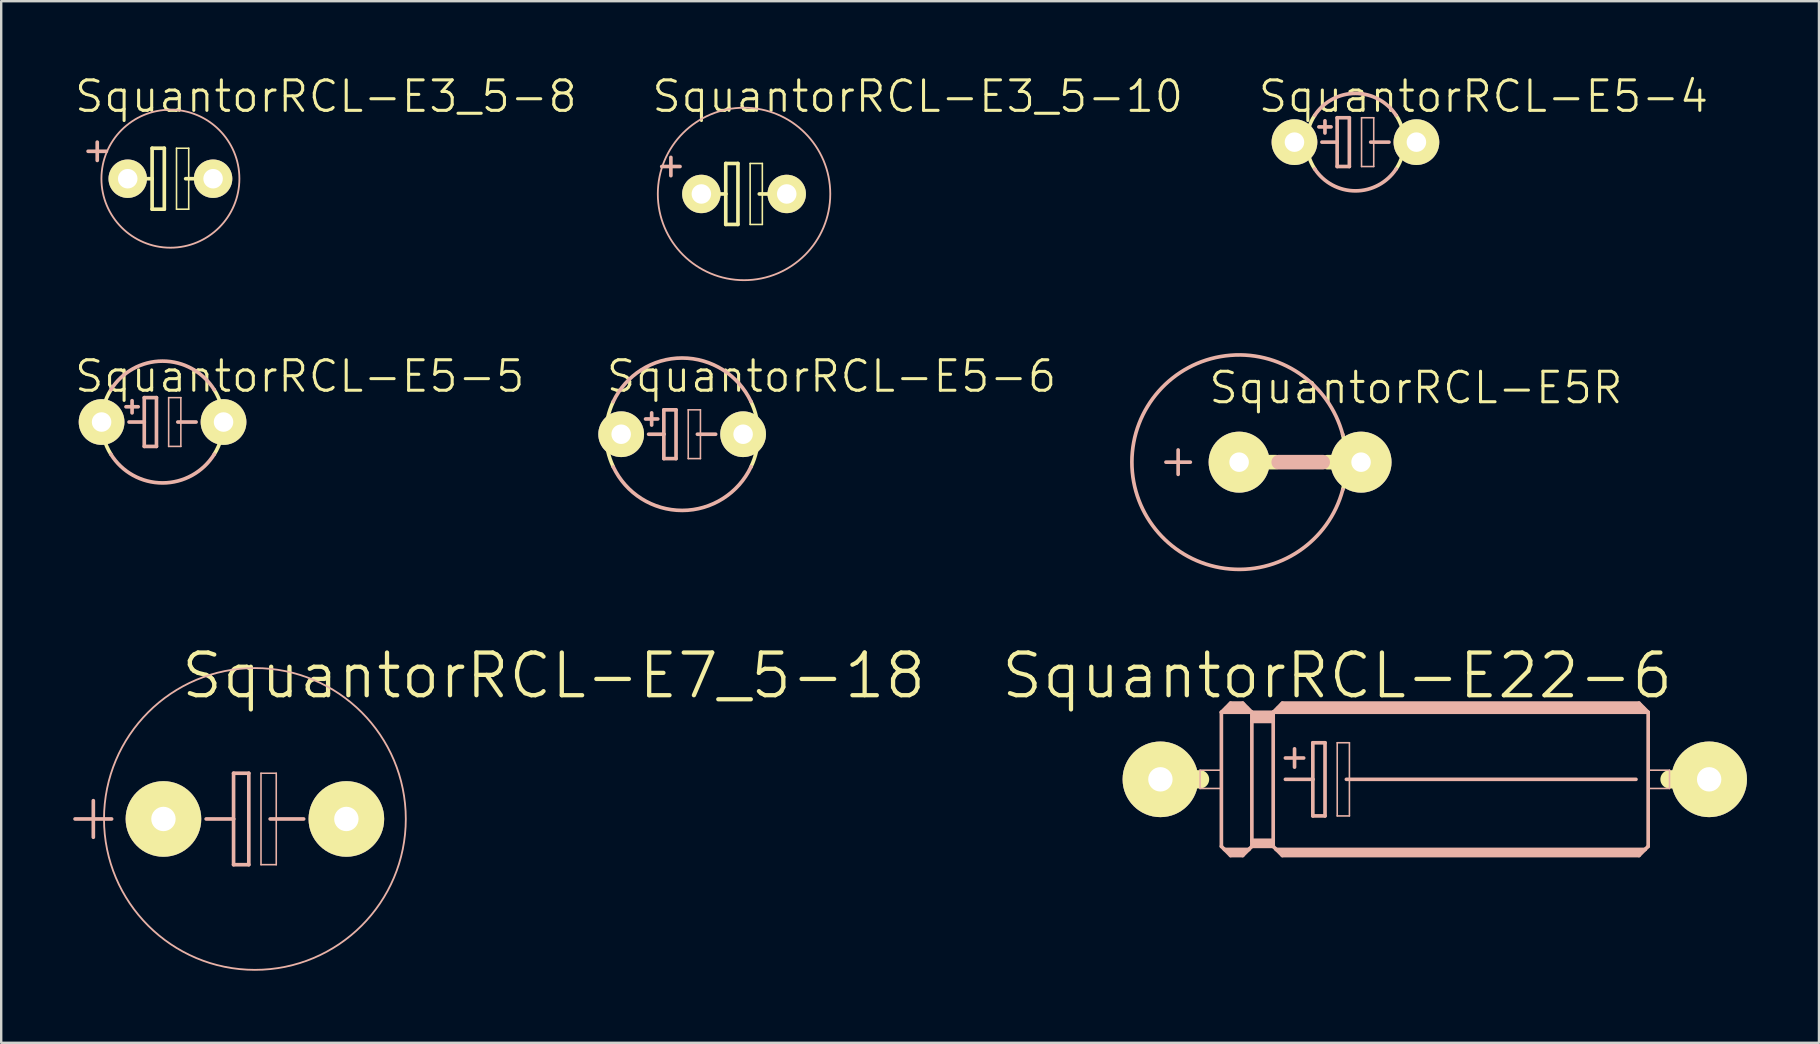
<source format=kicad_pcb>
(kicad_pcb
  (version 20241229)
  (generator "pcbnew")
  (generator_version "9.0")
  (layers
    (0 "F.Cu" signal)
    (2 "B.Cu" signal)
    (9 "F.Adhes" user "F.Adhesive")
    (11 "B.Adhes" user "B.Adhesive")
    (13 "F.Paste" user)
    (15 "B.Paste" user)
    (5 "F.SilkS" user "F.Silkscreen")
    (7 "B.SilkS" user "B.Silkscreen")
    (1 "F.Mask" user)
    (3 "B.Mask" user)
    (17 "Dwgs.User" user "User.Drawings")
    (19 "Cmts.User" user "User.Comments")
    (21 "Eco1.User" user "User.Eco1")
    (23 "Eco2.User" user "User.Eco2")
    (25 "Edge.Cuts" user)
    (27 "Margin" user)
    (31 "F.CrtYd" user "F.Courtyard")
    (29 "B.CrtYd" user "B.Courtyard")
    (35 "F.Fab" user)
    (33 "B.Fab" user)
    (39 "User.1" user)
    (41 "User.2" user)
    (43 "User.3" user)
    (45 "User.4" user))
  (footprint "SquantorRCL-E5-5"
    (layer "F.Cu")
    (at 3.722 14.531)
    (property "Reference" "SquantorRCL-E5-5" (at 5.715 -1.905 0) (layer "F.SilkS") (effects (font (size 1.27 1.27) (thickness 0.127))))
    (attr exclude_from_pos_files exclude_from_bom)
    (fp_arc (start -2.15392 1.34112) (mid -2.537316 0.000359) (end -2.154299 -1.34051) (stroke (width 0.1524) (type solid)) (layer "F.SilkS"))
    (fp_arc (start 2.15392 -1.34112) (mid 2.537316 -0.000359) (end 2.154299 1.34051) (stroke (width 0.1524) (type solid)) (layer "F.SilkS"))
    (fp_line (start -1.524 -0.635) (end -1.016 -0.635) (stroke (width 0.152) (type solid)) (layer "B.SilkS"))
    (fp_line (start -1.397 0) (end -0.762 0) (stroke (width 0.152) (type solid)) (layer "B.SilkS"))
    (fp_line (start -1.27 -0.381) (end -1.27 -0.889) (stroke (width 0.152) (type solid)) (layer "B.SilkS"))
    (fp_line (start -0.762 -1.016) (end -0.762 0) (stroke (width 0.152) (type solid)) (layer "B.SilkS"))
    (fp_line (start -0.762 0) (end -0.762 1.016) (stroke (width 0.152) (type solid)) (layer "B.SilkS"))
    (fp_line (start -0.762 1.016) (end -0.254 1.016) (stroke (width 0.152) (type solid)) (layer "B.SilkS"))
    (fp_line (start -0.254 -1.016) (end -0.762 -1.016) (stroke (width 0.152) (type solid)) (layer "B.SilkS"))
    (fp_line (start -0.254 1.016) (end -0.254 -1.016) (stroke (width 0.152) (type solid)) (layer "B.SilkS"))
    (fp_line (start 0.254 -1.016) (end 0.762 -1.016) (stroke (width 0.066) (type solid)) (layer "B.SilkS"))
    (fp_line (start 0.254 1.016) (end 0.254 -1.016) (stroke (width 0.066) (type solid)) (layer "B.SilkS"))
    (fp_line (start 0.254 1.016) (end 0.762 1.016) (stroke (width 0.066) (type solid)) (layer "B.SilkS"))
    (fp_line (start 0.635 0) (end 1.397 0) (stroke (width 0.152) (type solid)) (layer "B.SilkS"))
    (fp_line (start 0.762 1.016) (end 0.762 -1.016) (stroke (width 0.066) (type solid)) (layer "B.SilkS"))
    (fp_arc (start -2.15392 -1.34112) (mid -0.001855 -2.537316) (end 2.151957 -1.344268) (stroke (width 0.1524) (type solid)) (layer "B.SilkS"))
    (fp_arc (start 2.15392 1.34112) (mid 0.001855 2.537316) (end -2.151957 1.344268) (stroke (width 0.1524) (type solid)) (layer "B.SilkS"))
    (pad "+" thru_hole circle (at -2.54 0) (size 1.905 1.905) (drill 0.813) (layers "*.Cu" "F.Mask" "F.SilkS" "F.Paste"))
    (pad "-" thru_hole circle (at 2.54 0) (size 1.905 1.905) (drill 0.813) (layers "*.Cu" "F.Mask" "F.SilkS" "F.Paste")))
  (footprint "SquantorRCL-E5R"
    (layer "F.Cu")
    (at 51.11 16.203)
    (property "Reference" "SquantorRCL-E5R" (at 4.826 -3.099 0) (layer "F.SilkS") (effects (font (size 1.27 1.27) (thickness 0.127))))
    (attr exclude_from_pos_files exclude_from_bom)
    (fp_line (start -2.54 0) (end -1.016 0) (stroke (width 0.61) (type solid)) (layer "F.SilkS"))
    (fp_line (start 2.54 0) (end 1.143 0) (stroke (width 0.61) (type solid)) (layer "F.SilkS"))
    (fp_arc (start 1.77292 -1.16078) (mid 1.926377 -0.012757) (end 1.77948 1.136124) (stroke (width 0.1524) (type solid)) (layer "F.SilkS"))
    (fp_line (start -5.588 0) (end -4.572 0) (stroke (width 0.152) (type solid)) (layer "B.SilkS"))
    (fp_line (start -5.08 0.508) (end -5.08 -0.508) (stroke (width 0.152) (type solid)) (layer "B.SilkS"))
    (fp_line (start -0.889 0) (end 0.94 0) (stroke (width 0.61) (type solid)) (layer "B.SilkS"))
    (fp_arc (start 1.778 1.143) (mid -7.006714 -0.005962) (end 1.781036 -1.131468) (stroke (width 0.1524) (type solid)) (layer "B.SilkS"))
    (pad "+" thru_hole circle (at -2.54 0) (size 2.54 2.54) (drill 0.813) (layers "*.Cu" "F.Mask" "F.SilkS" "F.Paste"))
    (pad "-" thru_hole circle (at 2.54 0) (size 2.54 2.54) (drill 0.813) (layers "*.Cu" "F.Mask" "F.SilkS" "F.Paste")))
  (footprint "SquantorRCL-E5-4"
    (layer "F.Cu")
    (at 53.416 2.871)
    (property "Reference" "SquantorRCL-E5-4" (at 5.334 -1.905 0) (layer "F.SilkS") (effects (font (size 1.27 1.27) (thickness 0.127))))
    (attr exclude_from_pos_files exclude_from_bom)
    (fp_arc (start -1.69672 1.11506) (mid -2.030323 0.002209) (end -1.699143 -1.111365) (stroke (width 0.1524) (type solid)) (layer "F.SilkS"))
    (fp_arc (start 1.69672 -1.11506) (mid 2.030323 -0.002209) (end 1.699143 1.111365) (stroke (width 0.1524) (type solid)) (layer "F.SilkS"))
    (fp_line (start -1.524 -0.635) (end -1.016 -0.635) (stroke (width 0.152) (type solid)) (layer "B.SilkS"))
    (fp_line (start -1.397 0) (end -0.762 0) (stroke (width 0.152) (type solid)) (layer "B.SilkS"))
    (fp_line (start -1.27 -0.381) (end -1.27 -0.889) (stroke (width 0.152) (type solid)) (layer "B.SilkS"))
    (fp_line (start -0.762 -1.016) (end -0.762 0) (stroke (width 0.152) (type solid)) (layer "B.SilkS"))
    (fp_line (start -0.762 0) (end -0.762 1.016) (stroke (width 0.152) (type solid)) (layer "B.SilkS"))
    (fp_line (start -0.762 1.016) (end -0.254 1.016) (stroke (width 0.152) (type solid)) (layer "B.SilkS"))
    (fp_line (start -0.254 -1.016) (end -0.762 -1.016) (stroke (width 0.152) (type solid)) (layer "B.SilkS"))
    (fp_line (start -0.254 1.016) (end -0.254 -1.016) (stroke (width 0.152) (type solid)) (layer "B.SilkS"))
    (fp_line (start 0.254 -1.016) (end 0.762 -1.016) (stroke (width 0.066) (type solid)) (layer "B.SilkS"))
    (fp_line (start 0.254 1.016) (end 0.254 -1.016) (stroke (width 0.066) (type solid)) (layer "B.SilkS"))
    (fp_line (start 0.254 1.016) (end 0.762 1.016) (stroke (width 0.066) (type solid)) (layer "B.SilkS"))
    (fp_line (start 0.635 0) (end 1.397 0) (stroke (width 0.152) (type solid)) (layer "B.SilkS"))
    (fp_line (start 0.762 1.016) (end 0.762 -1.016) (stroke (width 0.066) (type solid)) (layer "B.SilkS"))
    (fp_arc (start -1.69672 -1.11506) (mid 0.000437 -2.030324) (end 1.6972 -1.114329) (stroke (width 0.1524) (type solid)) (layer "B.SilkS"))
    (fp_arc (start 1.69672 1.11506) (mid -0.000437 2.030324) (end -1.6972 1.114329) (stroke (width 0.1524) (type solid)) (layer "B.SilkS"))
    (pad "+" thru_hole circle (at -2.54 0) (size 1.905 1.905) (drill 0.813) (layers "*.Cu" "F.Mask" "F.SilkS" "F.Paste"))
    (pad "-" thru_hole circle (at 2.54 0) (size 1.905 1.905) (drill 0.813) (layers "*.Cu" "F.Mask" "F.SilkS" "F.Paste")))
  (footprint "SquantorRCL-E7_5-18"
    (layer "F.Cu")
    (at 7.569 31.067)
    (property "Reference" "SquantorRCL-E7_5-18" (at 12.446 -5.969 0) (layer "F.SilkS") (effects (font (size 1.778 1.778) (thickness 0.178))))
    (attr exclude_from_pos_files exclude_from_bom)
    (fp_line (start -7.493 0) (end -5.969 0) (stroke (width 0.152) (type solid)) (layer "B.SilkS"))
    (fp_line (start -6.731 0.762) (end -6.731 -0.762) (stroke (width 0.152) (type solid)) (layer "B.SilkS"))
    (fp_line (start -0.889 -1.905) (end -0.889 0) (stroke (width 0.152) (type solid)) (layer "B.SilkS"))
    (fp_line (start -0.889 0) (end -2.032 0) (stroke (width 0.152) (type solid)) (layer "B.SilkS"))
    (fp_line (start -0.889 0) (end -0.889 1.905) (stroke (width 0.152) (type solid)) (layer "B.SilkS"))
    (fp_line (start -0.889 1.905) (end -0.254 1.905) (stroke (width 0.152) (type solid)) (layer "B.SilkS"))
    (fp_line (start -0.254 -1.905) (end -0.889 -1.905) (stroke (width 0.152) (type solid)) (layer "B.SilkS"))
    (fp_line (start -0.254 1.905) (end -0.254 -1.905) (stroke (width 0.152) (type solid)) (layer "B.SilkS"))
    (fp_line (start 0.254 -1.905) (end 0.889 -1.905) (stroke (width 0.066) (type solid)) (layer "B.SilkS"))
    (fp_line (start 0.254 1.905) (end 0.254 -1.905) (stroke (width 0.066) (type solid)) (layer "B.SilkS"))
    (fp_line (start 0.254 1.905) (end 0.889 1.905) (stroke (width 0.066) (type solid)) (layer "B.SilkS"))
    (fp_line (start 0.635 0) (end 2.032 0) (stroke (width 0.152) (type solid)) (layer "B.SilkS"))
    (fp_line (start 0.889 1.905) (end 0.889 -1.905) (stroke (width 0.066) (type solid)) (layer "B.SilkS"))
    (fp_circle (center 0 0) (end -4.445 4.445) (stroke (width 0.076) (type solid)) (fill no) (layer "B.SilkS"))
    (pad "+" thru_hole circle (at -3.81 0) (size 3.15 3.15) (drill 1.016) (layers "*.Cu" "F.Mask" "F.SilkS" "F.Paste"))
    (pad "-" thru_hole circle (at 3.81 0) (size 3.15 3.15) (drill 1.016) (layers "*.Cu" "F.Mask" "F.SilkS" "F.Paste")))
  (footprint "SquantorRCL-E5-6"
    (layer "F.Cu")
    (at 25.367 15.039)
    (property "Reference" "SquantorRCL-E5-6" (at 6.223 -2.413 0) (layer "F.SilkS") (effects (font (size 1.27 1.27) (thickness 0.127))))
    (attr exclude_from_pos_files exclude_from_bom)
    (fp_arc (start -2.8702 1.35636) (mid -3.174549 -0.000341) (end -2.869908 -1.356977) (stroke (width 0.1524) (type solid)) (layer "F.SilkS"))
    (fp_arc (start 2.8702 -1.35636) (mid 3.174549 0.000341) (end 2.869908 1.356977) (stroke (width 0.1524) (type solid)) (layer "F.SilkS"))
    (fp_line (start -1.524 -0.635) (end -1.016 -0.635) (stroke (width 0.152) (type solid)) (layer "B.SilkS"))
    (fp_line (start -1.397 0) (end -0.762 0) (stroke (width 0.152) (type solid)) (layer "B.SilkS"))
    (fp_line (start -1.27 -0.381) (end -1.27 -0.889) (stroke (width 0.152) (type solid)) (layer "B.SilkS"))
    (fp_line (start -0.762 -1.016) (end -0.762 0) (stroke (width 0.152) (type solid)) (layer "B.SilkS"))
    (fp_line (start -0.762 0) (end -0.762 1.016) (stroke (width 0.152) (type solid)) (layer "B.SilkS"))
    (fp_line (start -0.762 1.016) (end -0.254 1.016) (stroke (width 0.152) (type solid)) (layer "B.SilkS"))
    (fp_line (start -0.254 -1.016) (end -0.762 -1.016) (stroke (width 0.152) (type solid)) (layer "B.SilkS"))
    (fp_line (start -0.254 1.016) (end -0.254 -1.016) (stroke (width 0.152) (type solid)) (layer "B.SilkS"))
    (fp_line (start 0.254 -1.016) (end 0.762 -1.016) (stroke (width 0.066) (type solid)) (layer "B.SilkS"))
    (fp_line (start 0.254 1.016) (end 0.254 -1.016) (stroke (width 0.066) (type solid)) (layer "B.SilkS"))
    (fp_line (start 0.254 1.016) (end 0.762 1.016) (stroke (width 0.066) (type solid)) (layer "B.SilkS"))
    (fp_line (start 0.635 0) (end 1.397 0) (stroke (width 0.152) (type solid)) (layer "B.SilkS"))
    (fp_line (start 0.762 1.016) (end 0.762 -1.016) (stroke (width 0.066) (type solid)) (layer "B.SilkS"))
    (fp_arc (start -2.8702 -1.35636) (mid -0.003112 -3.174547) (end 2.867536 -1.361984) (stroke (width 0.1524) (type solid)) (layer "B.SilkS"))
    (fp_arc (start 2.8702 1.35636) (mid 0.003112 3.174547) (end -2.867536 1.361984) (stroke (width 0.1524) (type solid)) (layer "B.SilkS"))
    (pad "+" thru_hole circle (at -2.54 0) (size 1.905 1.905) (drill 0.813) (layers "*.Cu" "F.Mask" "F.SilkS" "F.Paste"))
    (pad "-" thru_hole circle (at 2.54 0) (size 1.905 1.905) (drill 0.813) (layers "*.Cu" "F.Mask" "F.SilkS" "F.Paste")))
  (footprint "SquantorRCL-E3_5-8"
    (layer "F.Cu")
    (at 4.049 4.395)
    (property "Reference" "SquantorRCL-E3_5-8" (at 6.477 -3.429 0) (layer "F.SilkS") (effects (font (size 1.27 1.27) (thickness 0.127))))
    (attr exclude_from_pos_files exclude_from_bom)
    (fp_line (start -1.651 0) (end -0.762 0) (stroke (width 0.152) (type solid)) (layer "F.SilkS"))
    (fp_line (start -0.762 -1.27) (end -0.762 0) (stroke (width 0.152) (type solid)) (layer "F.SilkS"))
    (fp_line (start -0.762 0) (end -0.762 1.27) (stroke (width 0.152) (type solid)) (layer "F.SilkS"))
    (fp_line (start -0.762 1.27) (end -0.254 1.27) (stroke (width 0.152) (type solid)) (layer "F.SilkS"))
    (fp_line (start -0.254 -1.27) (end -0.762 -1.27) (stroke (width 0.152) (type solid)) (layer "F.SilkS"))
    (fp_line (start -0.254 1.27) (end -0.254 -1.27) (stroke (width 0.152) (type solid)) (layer "F.SilkS"))
    (fp_line (start 0.254 -1.27) (end 0.762 -1.27) (stroke (width 0.066) (type solid)) (layer "F.SilkS"))
    (fp_line (start 0.254 1.27) (end 0.254 -1.27) (stroke (width 0.066) (type solid)) (layer "F.SilkS"))
    (fp_line (start 0.254 1.27) (end 0.762 1.27) (stroke (width 0.066) (type solid)) (layer "F.SilkS"))
    (fp_line (start 0.635 0) (end 1.651 0) (stroke (width 0.152) (type solid)) (layer "F.SilkS"))
    (fp_line (start 0.762 1.27) (end 0.762 -1.27) (stroke (width 0.066) (type solid)) (layer "F.SilkS"))
    (fp_line (start -3.429 -1.143) (end -2.667 -1.143) (stroke (width 0.152) (type solid)) (layer "B.SilkS"))
    (fp_line (start -3.048 -0.762) (end -3.048 -1.524) (stroke (width 0.152) (type solid)) (layer "B.SilkS"))
    (fp_circle (center 0 0) (end -2.032 2.032) (stroke (width 0.076) (type solid)) (fill no) (layer "B.SilkS"))
    (pad "+" thru_hole circle (at -1.778 0) (size 1.6 1.6) (drill 0.813) (layers "*.Cu" "F.Mask" "F.SilkS" "F.Paste"))
    (pad "-" thru_hole circle (at 1.778 0) (size 1.6 1.6) (drill 0.813) (layers "*.Cu" "F.Mask" "F.SilkS" "F.Paste")))
  (footprint "SquantorRCL-E22-6"
    (layer "F.Cu")
    (at 56.721 29.416)
    (property "Reference" "SquantorRCL-E22-6" (at -4.064 -4.318 0) (layer "F.SilkS") (effects (font (size 1.778 1.778) (thickness 0.178))))
    (attr exclude_from_pos_files exclude_from_bom)
    (fp_line (start -11.43 0) (end -9.779 0) (stroke (width 0.762) (type solid)) (layer "F.SilkS"))
    (fp_line (start 11.43 0) (end 9.779 0) (stroke (width 0.762) (type solid)) (layer "F.SilkS"))
    (fp_line (start -9.779 -0.381) (end -8.89 -0.381) (stroke (width 0.066) (type solid)) (layer "B.SilkS"))
    (fp_line (start -9.779 0.381) (end -9.779 -0.381) (stroke (width 0.066) (type solid)) (layer "B.SilkS"))
    (fp_line (start -9.779 0.381) (end -8.89 0.381) (stroke (width 0.066) (type solid)) (layer "B.SilkS"))
    (fp_line (start -8.89 -2.794) (end -8.89 2.794) (stroke (width 0.152) (type solid)) (layer "B.SilkS"))
    (fp_line (start -8.89 -2.794) (end -8.509 -3.175) (stroke (width 0.152) (type solid)) (layer "B.SilkS"))
    (fp_line (start -8.89 -2.794) (end -7.62 -2.794) (stroke (width 0.152) (type solid)) (layer "B.SilkS"))
    (fp_line (start -8.89 0.381) (end -8.89 -0.381) (stroke (width 0.066) (type solid)) (layer "B.SilkS"))
    (fp_line (start -8.89 2.794) (end -8.76 2.921) (stroke (width 0.152) (type solid)) (layer "B.SilkS"))
    (fp_line (start -8.76 2.921) (end -8.509 3.175) (stroke (width 0.152) (type solid)) (layer "B.SilkS"))
    (fp_line (start -8.76 2.921) (end -7.747 2.921) (stroke (width 0.152) (type solid)) (layer "B.SilkS"))
    (fp_line (start -8.636 -2.921) (end -7.874 -2.921) (stroke (width 0.305) (type solid)) (layer "B.SilkS"))
    (fp_line (start -8.509 -3.175) (end -8.001 -3.175) (stroke (width 0.152) (type solid)) (layer "B.SilkS"))
    (fp_line (start -8.509 -3.048) (end -8.001 -3.048) (stroke (width 0.305) (type solid)) (layer "B.SilkS"))
    (fp_line (start -8.509 3.048) (end -8.001 3.048) (stroke (width 0.254) (type solid)) (layer "B.SilkS"))
    (fp_line (start -8.509 3.175) (end -8.001 3.175) (stroke (width 0.152) (type solid)) (layer "B.SilkS"))
    (fp_line (start -7.747 2.921) (end -8.001 3.175) (stroke (width 0.152) (type solid)) (layer "B.SilkS"))
    (fp_line (start -7.62 -2.794) (end -8.001 -3.175) (stroke (width 0.152) (type solid)) (layer "B.SilkS"))
    (fp_line (start -7.62 -2.794) (end -7.62 -2.413) (stroke (width 0.152) (type solid)) (layer "B.SilkS"))
    (fp_line (start -7.62 -2.794) (end -6.731 -2.794) (stroke (width 0.152) (type solid)) (layer "B.SilkS"))
    (fp_line (start -7.62 -2.413) (end -6.731 -2.413) (stroke (width 0.152) (type solid)) (layer "B.SilkS"))
    (fp_line (start -7.62 2.54) (end -7.62 -2.413) (stroke (width 0.152) (type solid)) (layer "B.SilkS"))
    (fp_line (start -7.62 2.54) (end -6.731 2.54) (stroke (width 0.152) (type solid)) (layer "B.SilkS"))
    (fp_line (start -7.62 2.794) (end -7.747 2.921) (stroke (width 0.152) (type solid)) (layer "B.SilkS"))
    (fp_line (start -7.62 2.794) (end -7.62 2.54) (stroke (width 0.152) (type solid)) (layer "B.SilkS"))
    (fp_line (start -7.62 2.794) (end -6.731 2.794) (stroke (width 0.152) (type solid)) (layer "B.SilkS"))
    (fp_line (start -7.493 -2.667) (end -6.858 -2.667) (stroke (width 0.305) (type solid)) (layer "B.SilkS"))
    (fp_line (start -7.493 -2.54) (end -6.858 -2.54) (stroke (width 0.305) (type solid)) (layer "B.SilkS"))
    (fp_line (start -7.493 2.667) (end -6.858 2.667) (stroke (width 0.254) (type solid)) (layer "B.SilkS"))
    (fp_line (start -6.731 -2.794) (end -6.731 -2.413) (stroke (width 0.152) (type solid)) (layer "B.SilkS"))
    (fp_line (start -6.731 -2.794) (end 8.89 -2.794) (stroke (width 0.152) (type solid)) (layer "B.SilkS"))
    (fp_line (start -6.731 -2.413) (end -6.731 2.54) (stroke (width 0.152) (type solid)) (layer "B.SilkS"))
    (fp_line (start -6.731 2.54) (end -6.731 2.794) (stroke (width 0.152) (type solid)) (layer "B.SilkS"))
    (fp_line (start -6.604 2.921) (end -6.731 2.794) (stroke (width 0.152) (type solid)) (layer "B.SilkS"))
    (fp_line (start -6.604 2.921) (end 8.76 2.921) (stroke (width 0.152) (type solid)) (layer "B.SilkS"))
    (fp_line (start -6.477 -2.921) (end 8.636 -2.921) (stroke (width 0.305) (type solid)) (layer "B.SilkS"))
    (fp_line (start -6.35 -3.175) (end -6.731 -2.794) (stroke (width 0.152) (type solid)) (layer "B.SilkS"))
    (fp_line (start -6.35 -3.175) (end 8.509 -3.175) (stroke (width 0.152) (type solid)) (layer "B.SilkS"))
    (fp_line (start -6.35 -3.048) (end 8.509 -3.048) (stroke (width 0.305) (type solid)) (layer "B.SilkS"))
    (fp_line (start -6.35 3.048) (end 8.509 3.048) (stroke (width 0.254) (type solid)) (layer "B.SilkS"))
    (fp_line (start -6.35 3.175) (end -6.604 2.921) (stroke (width 0.152) (type solid)) (layer "B.SilkS"))
    (fp_line (start -6.35 3.175) (end 8.509 3.175) (stroke (width 0.152) (type solid)) (layer "B.SilkS"))
    (fp_line (start -6.223 -0.889) (end -5.461 -0.889) (stroke (width 0.152) (type solid)) (layer "B.SilkS"))
    (fp_line (start -6.223 0) (end -5.08 0) (stroke (width 0.152) (type solid)) (layer "B.SilkS"))
    (fp_line (start -5.842 -1.27) (end -5.842 -0.508) (stroke (width 0.152) (type solid)) (layer "B.SilkS"))
    (fp_line (start -5.08 -1.524) (end -5.08 0) (stroke (width 0.152) (type solid)) (layer "B.SilkS"))
    (fp_line (start -5.08 0) (end -5.08 1.524) (stroke (width 0.152) (type solid)) (layer "B.SilkS"))
    (fp_line (start -5.08 1.524) (end -4.572 1.524) (stroke (width 0.152) (type solid)) (layer "B.SilkS"))
    (fp_line (start -4.572 -1.524) (end -5.08 -1.524) (stroke (width 0.152) (type solid)) (layer "B.SilkS"))
    (fp_line (start -4.572 1.524) (end -4.572 -1.524) (stroke (width 0.152) (type solid)) (layer "B.SilkS"))
    (fp_line (start -4.064 -1.524) (end -3.556 -1.524) (stroke (width 0.066) (type solid)) (layer "B.SilkS"))
    (fp_line (start -4.064 1.524) (end -4.064 -1.524) (stroke (width 0.066) (type solid)) (layer "B.SilkS"))
    (fp_line (start -4.064 1.524) (end -3.556 1.524) (stroke (width 0.066) (type solid)) (layer "B.SilkS"))
    (fp_line (start -3.683 0) (end 8.382 0) (stroke (width 0.152) (type solid)) (layer "B.SilkS"))
    (fp_line (start -3.556 1.524) (end -3.556 -1.524) (stroke (width 0.066) (type solid)) (layer "B.SilkS"))
    (fp_line (start 8.509 -3.175) (end 8.89 -2.794) (stroke (width 0.152) (type solid)) (layer "B.SilkS"))
    (fp_line (start 8.509 3.175) (end 8.76 2.921) (stroke (width 0.152) (type solid)) (layer "B.SilkS"))
    (fp_line (start 8.76 2.921) (end 8.89 2.794) (stroke (width 0.152) (type solid)) (layer "B.SilkS"))
    (fp_line (start 8.89 -2.794) (end 8.89 2.794) (stroke (width 0.152) (type solid)) (layer "B.SilkS"))
    (fp_line (start 8.89 -0.381) (end 9.779 -0.381) (stroke (width 0.066) (type solid)) (layer "B.SilkS"))
    (fp_line (start 8.89 0.381) (end 8.89 -0.381) (stroke (width 0.066) (type solid)) (layer "B.SilkS"))
    (fp_line (start 8.89 0.381) (end 9.779 0.381) (stroke (width 0.066) (type solid)) (layer "B.SilkS"))
    (fp_line (start 9.779 0.381) (end 9.779 -0.381) (stroke (width 0.066) (type solid)) (layer "B.SilkS"))
    (pad "+" thru_hole circle (at -11.43 0) (size 3.15 3.15) (drill 1.016) (layers "*.Cu" "F.Mask" "F.SilkS" "F.Paste"))
    (pad "-" thru_hole circle (at 11.43 0) (size 3.15 3.15) (drill 1.016) (layers "*.Cu" "F.Mask" "F.SilkS" "F.Paste")))
  (footprint "SquantorRCL-E3_5-10"
    (layer "F.Cu")
    (at 27.946 5.03)
    (property "Reference" "SquantorRCL-E3_5-10" (at 7.236 -4.064 0) (layer "F.SilkS") (effects (font (size 1.27 1.27) (thickness 0.127))))
    (attr exclude_from_pos_files exclude_from_bom)
    (fp_line (start -1.651 0) (end -0.762 0) (stroke (width 0.152) (type solid)) (layer "F.SilkS"))
    (fp_line (start -0.762 -1.27) (end -0.762 0) (stroke (width 0.152) (type solid)) (layer "F.SilkS"))
    (fp_line (start -0.762 0) (end -0.762 1.27) (stroke (width 0.152) (type solid)) (layer "F.SilkS"))
    (fp_line (start -0.762 1.27) (end -0.254 1.27) (stroke (width 0.152) (type solid)) (layer "F.SilkS"))
    (fp_line (start -0.254 -1.27) (end -0.762 -1.27) (stroke (width 0.152) (type solid)) (layer "F.SilkS"))
    (fp_line (start -0.254 1.27) (end -0.254 -1.27) (stroke (width 0.152) (type solid)) (layer "F.SilkS"))
    (fp_line (start 0.254 -1.27) (end 0.762 -1.27) (stroke (width 0.066) (type solid)) (layer "F.SilkS"))
    (fp_line (start 0.254 1.27) (end 0.254 -1.27) (stroke (width 0.066) (type solid)) (layer "F.SilkS"))
    (fp_line (start 0.254 1.27) (end 0.762 1.27) (stroke (width 0.066) (type solid)) (layer "F.SilkS"))
    (fp_line (start 0.635 0) (end 1.651 0) (stroke (width 0.152) (type solid)) (layer "F.SilkS"))
    (fp_line (start 0.762 1.27) (end 0.762 -1.27) (stroke (width 0.066) (type solid)) (layer "F.SilkS"))
    (fp_line (start -3.429 -1.143) (end -2.667 -1.143) (stroke (width 0.152) (type solid)) (layer "B.SilkS"))
    (fp_line (start -3.048 -0.762) (end -3.048 -1.524) (stroke (width 0.152) (type solid)) (layer "B.SilkS"))
    (fp_circle (center 0 0) (end -2.54 2.54) (stroke (width 0.076) (type solid)) (fill no) (layer "B.SilkS"))
    (pad "+" thru_hole circle (at -1.778 0) (size 1.6 1.6) (drill 0.813) (layers "*.Cu" "F.Mask" "F.SilkS" "F.Paste"))
    (pad "-" thru_hole circle (at 1.778 0) (size 1.6 1.6) (drill 0.813) (layers "*.Cu" "F.Mask" "F.SilkS" "F.Paste")))
  (gr_rect
    (start -3 -3)
    (end 72.726 40.391)
    (stroke (width 0.1) (type default))
    (fill no)
    (layer "Edge.Cuts")))
</source>
